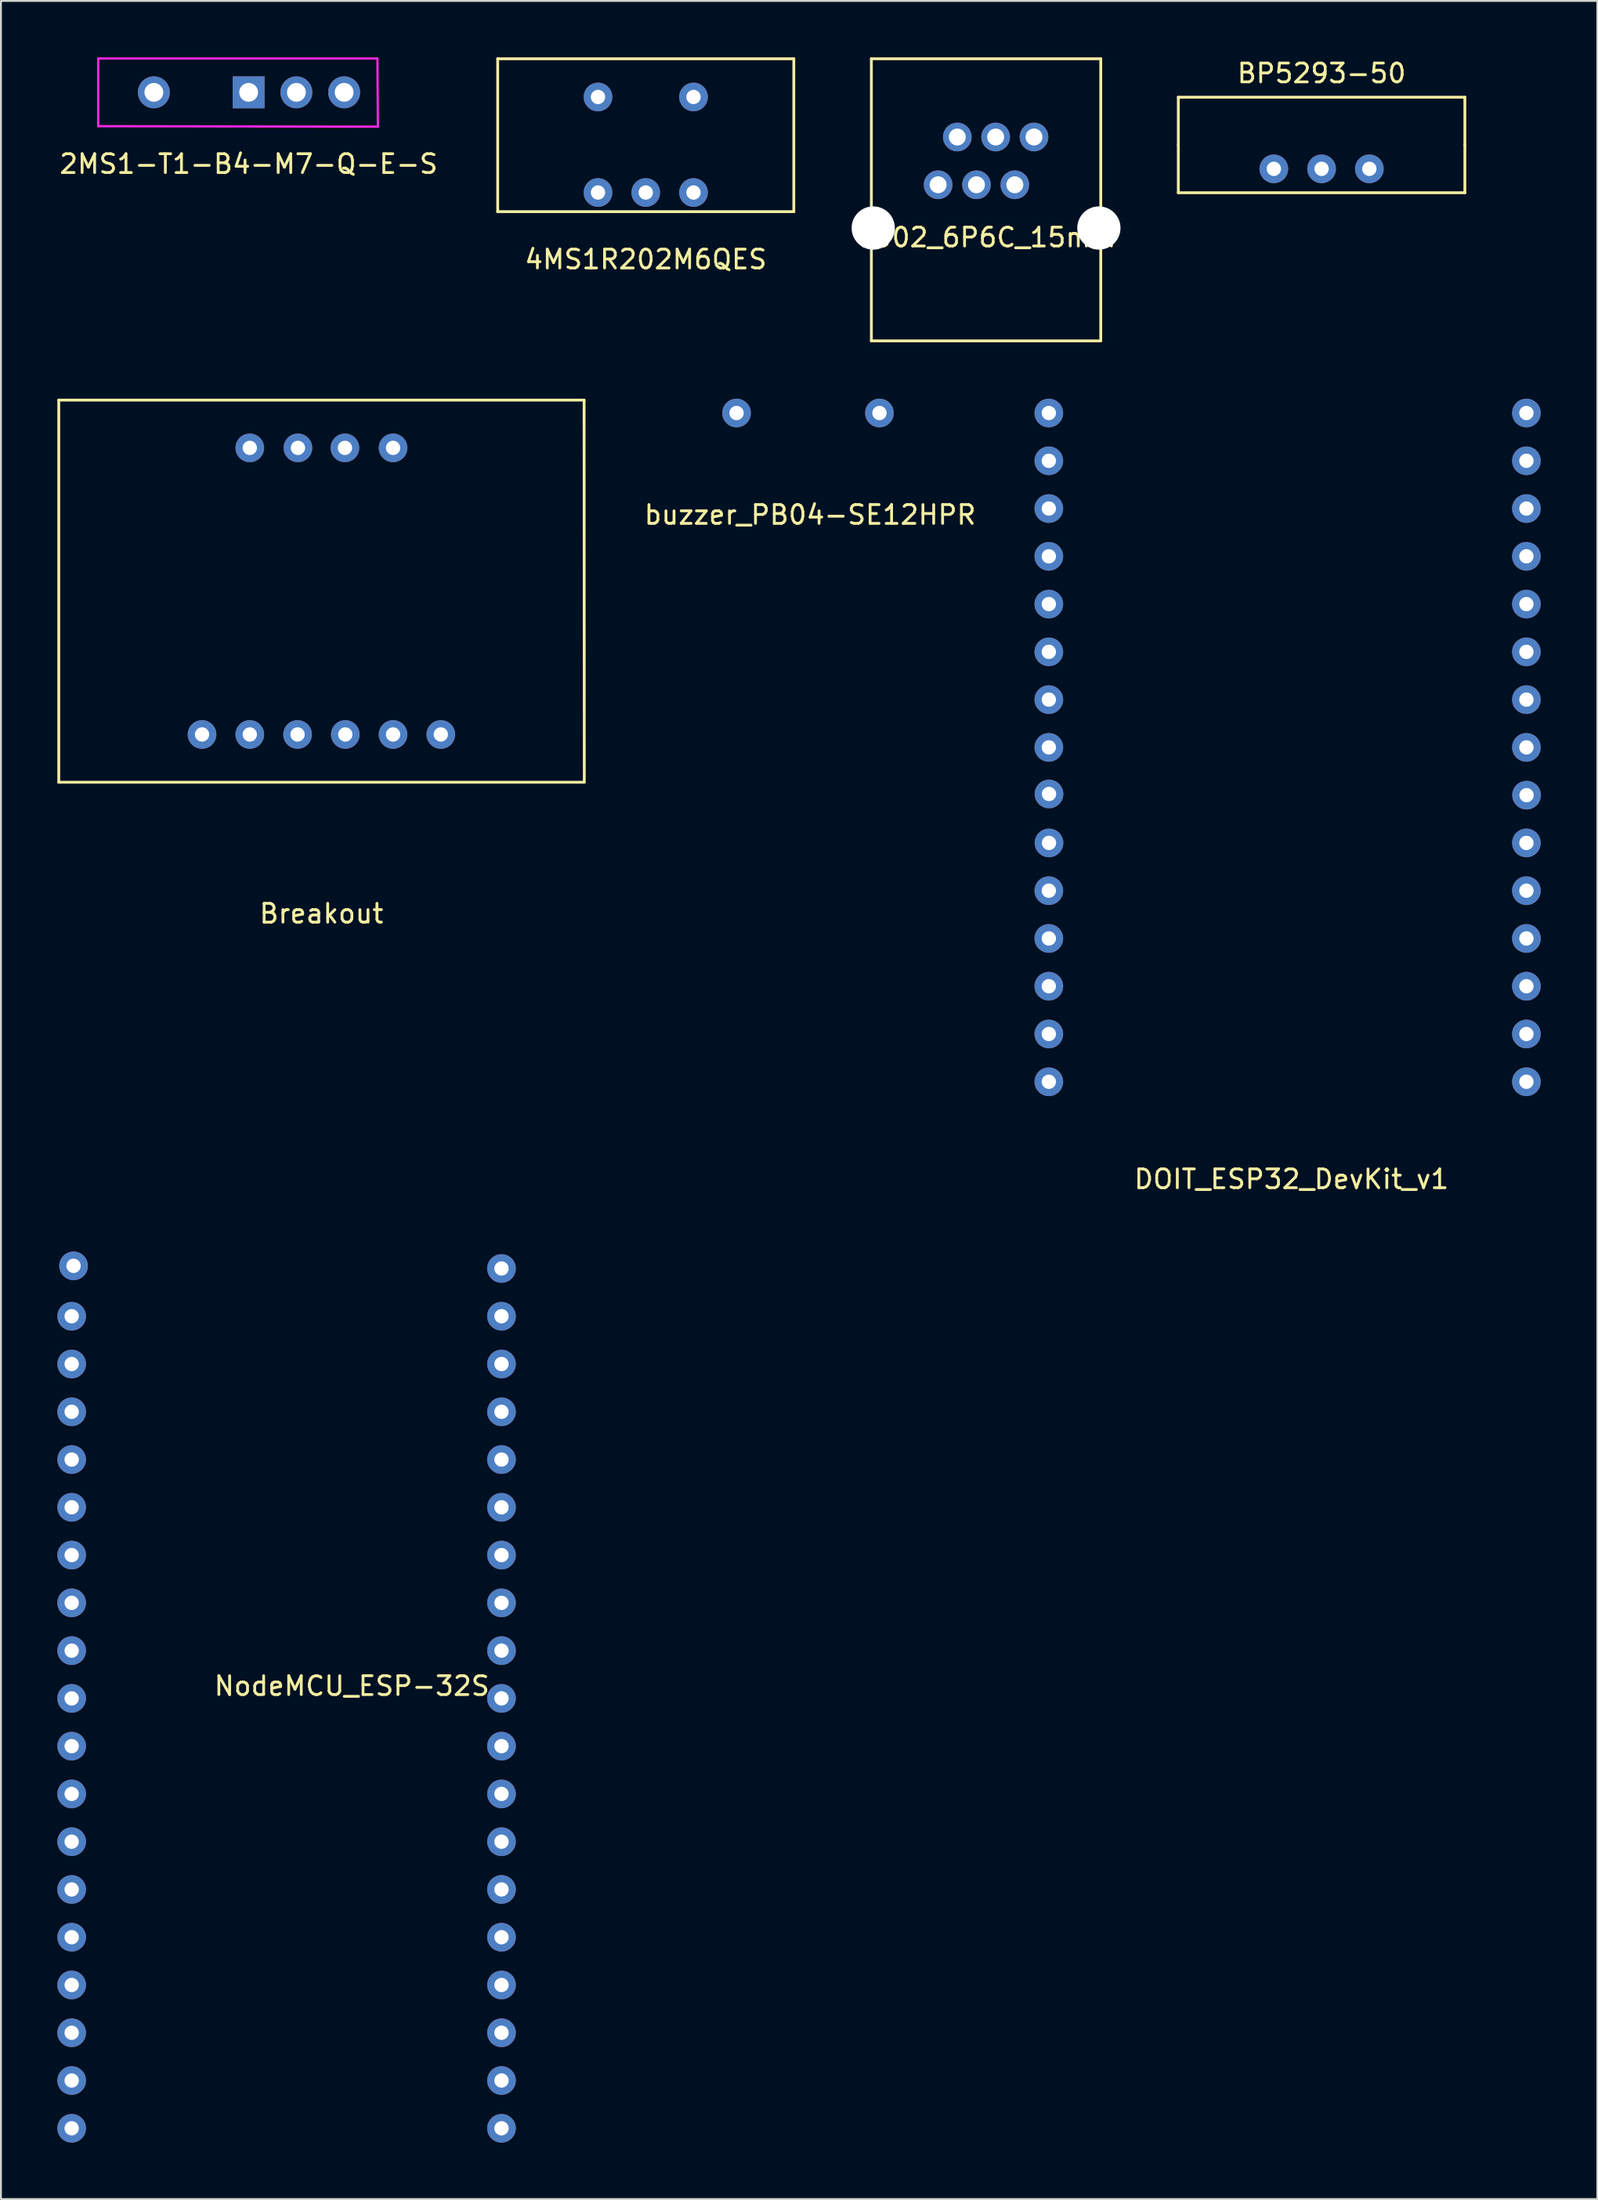
<source format=kicad_pcb>
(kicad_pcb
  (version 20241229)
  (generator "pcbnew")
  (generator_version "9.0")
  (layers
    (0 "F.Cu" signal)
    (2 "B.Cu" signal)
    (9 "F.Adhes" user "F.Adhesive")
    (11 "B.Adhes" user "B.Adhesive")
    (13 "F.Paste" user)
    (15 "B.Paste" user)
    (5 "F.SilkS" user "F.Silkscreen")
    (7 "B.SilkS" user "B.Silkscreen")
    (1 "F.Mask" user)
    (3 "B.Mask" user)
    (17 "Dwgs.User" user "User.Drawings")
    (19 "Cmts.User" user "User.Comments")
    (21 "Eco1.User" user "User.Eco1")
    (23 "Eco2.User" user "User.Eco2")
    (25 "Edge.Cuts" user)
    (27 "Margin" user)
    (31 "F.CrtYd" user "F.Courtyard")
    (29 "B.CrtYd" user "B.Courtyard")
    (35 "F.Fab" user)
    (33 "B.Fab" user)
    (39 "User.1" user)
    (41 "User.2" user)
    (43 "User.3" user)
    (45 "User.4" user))
  (footprint "BP5293-50"
    (layer "F.Cu")
    (at 67.238 5.928)
    (property "Reference" "BP5293-50" (at 0 -5.08 0) (layer "F.SilkS") (effects (font (size 1 1) (thickness 0.15))))
    (attr through_hole)
    (fp_line (start -7.62 -3.81) (end -7.62 -1.27) (stroke (width 0.15) (type solid)) (layer "F.SilkS"))
    (fp_line (start -7.62 -1.27) (end -7.62 1.27) (stroke (width 0.15) (type solid)) (layer "F.SilkS"))
    (fp_line (start -7.62 1.27) (end 7.62 1.27) (stroke (width 0.15) (type solid)) (layer "F.SilkS"))
    (fp_line (start 7.62 -3.81) (end -7.62 -3.81) (stroke (width 0.15) (type solid)) (layer "F.SilkS"))
    (fp_line (start 7.62 -3.81) (end 7.62 -1.27) (stroke (width 0.15) (type solid)) (layer "F.SilkS"))
    (fp_line (start 7.62 1.27) (end 7.62 -1.27) (stroke (width 0.15) (type solid)) (layer "F.SilkS"))
    (pad "1" thru_hole circle (at -2.54 0) (size 1.524 1.524) (drill 0.762) (layers "*.Cu" "*.Mask"))
    (pad "2" thru_hole circle (at 0 0) (size 1.524 1.524) (drill 0.762) (layers "*.Cu" "*.Mask"))
    (pad "3" thru_hole circle (at 2.54 0) (size 1.524 1.524) (drill 0.762) (layers "*.Cu" "*.Mask")))
  (footprint "Breakout"
    (layer "F.Cu")
    (at 14.045 36.005)
    (property "Reference" "Breakout" (at 0 9.525 0) (layer "F.SilkS") (effects (font (size 1 1) (thickness 0.15))))
    (attr through_hole)
    (fp_line (start -13.97 -17.78) (end 13.97 -17.78) (stroke (width 0.15) (type solid)) (layer "F.SilkS"))
    (fp_line (start -13.97 2.54) (end -13.97 -17.78) (stroke (width 0.15) (type solid)) (layer "F.SilkS"))
    (fp_line (start -13.97 2.54) (end 13.97 2.54) (stroke (width 0.15) (type solid)) (layer "F.SilkS"))
    (fp_line (start 13.97 -17.78) (end 13.98 2.54) (stroke (width 0.15) (type solid)) (layer "F.SilkS"))
    (pad "1" thru_hole circle (at -6.35 0) (size 1.524 1.524) (drill 0.762) (layers "*.Cu" "*.Mask"))
    (pad "2" thru_hole circle (at -3.81 0) (size 1.524 1.524) (drill 0.762) (layers "*.Cu" "*.Mask"))
    (pad "3" thru_hole circle (at -1.27 0) (size 1.524 1.524) (drill 0.762) (layers "*.Cu" "*.Mask"))
    (pad "4" thru_hole circle (at 1.27 0) (size 1.524 1.524) (drill 0.762) (layers "*.Cu" "*.Mask"))
    (pad "5" thru_hole circle (at 3.81 0) (size 1.524 1.524) (drill 0.762) (layers "*.Cu" "*.Mask"))
    (pad "6" thru_hole circle (at 6.35 0) (size 1.524 1.524) (drill 0.762) (layers "*.Cu" "*.Mask"))
    (pad "7" thru_hole circle (at 3.81 -15.24) (size 1.524 1.524) (drill 0.762) (layers "*.Cu" "*.Mask"))
    (pad "8" thru_hole circle (at 1.25 -15.24) (size 1.524 1.524) (drill 0.762) (layers "*.Cu" "*.Mask"))
    (pad "9" thru_hole circle (at -1.25 -15.24) (size 1.524 1.524) (drill 0.762) (layers "*.Cu" "*.Mask"))
    (pad "10" thru_hole circle (at -3.81 -15.24) (size 1.524 1.524) (drill 0.762) (layers "*.Cu" "*.Mask")))
  (footprint "DOIT_ESP32_DevKit_v1"
    (layer "F.Cu")
    (at 65.44 36.692)
    (property "Reference" "DOIT_ESP32_DevKit_v1" (at 0.196 22.959 0) (layer "F.SilkS") (effects (font (size 1 1) (thickness 0.15))))
    (attr through_hole)
    (pad "1" thru_hole circle (at 12.691 -17.78) (size 1.524 1.524) (drill 0.762) (layers "*.Cu" "*.Mask"))
    (pad "2" thru_hole circle (at 12.691 -15.24) (size 1.524 1.524) (drill 0.762) (layers "*.Cu" "*.Mask"))
    (pad "3" thru_hole circle (at 12.691 -12.7) (size 1.524 1.524) (drill 0.762) (layers "*.Cu" "*.Mask"))
    (pad "4" thru_hole circle (at 12.691 -10.16) (size 1.524 1.524) (drill 0.762) (layers "*.Cu" "*.Mask"))
    (pad "5" thru_hole circle (at 12.691 -7.62) (size 1.524 1.524) (drill 0.762) (layers "*.Cu" "*.Mask"))
    (pad "6" thru_hole circle (at 12.691 -5.08) (size 1.524 1.524) (drill 0.762) (layers "*.Cu" "*.Mask"))
    (pad "7" thru_hole circle (at 12.691 -2.54) (size 1.524 1.524) (drill 0.762) (layers "*.Cu" "*.Mask"))
    (pad "8" thru_hole circle (at 12.691 0) (size 1.524 1.524) (drill 0.762) (layers "*.Cu" "*.Mask"))
    (pad "9" thru_hole circle (at 12.7 2.54) (size 1.524 1.524) (drill 0.762) (layers "*.Cu" "*.Mask"))
    (pad "10" thru_hole circle (at 12.691 5.08) (size 1.524 1.524) (drill 0.762) (layers "*.Cu" "*.Mask"))
    (pad "11" thru_hole circle (at 12.691 7.62) (size 1.524 1.524) (drill 0.762) (layers "*.Cu" "*.Mask"))
    (pad "12" thru_hole circle (at 12.691 10.16) (size 1.524 1.524) (drill 0.762) (layers "*.Cu" "*.Mask"))
    (pad "13" thru_hole circle (at 12.691 12.7) (size 1.524 1.524) (drill 0.762) (layers "*.Cu" "*.Mask"))
    (pad "14" thru_hole circle (at 12.691 15.24) (size 1.524 1.524) (drill 0.762) (layers "*.Cu" "*.Mask"))
    (pad "15" thru_hole circle (at 12.691 17.78) (size 1.524 1.524) (drill 0.762) (layers "*.Cu" "*.Mask"))
    (pad "16" thru_hole circle (at -12.709 -17.78) (size 1.524 1.524) (drill 0.762) (layers "*.Cu" "*.Mask"))
    (pad "17" thru_hole circle (at -12.709 -15.24) (size 1.524 1.524) (drill 0.762) (layers "*.Cu" "*.Mask"))
    (pad "18" thru_hole circle (at -12.709 -12.7) (size 1.524 1.524) (drill 0.762) (layers "*.Cu" "*.Mask"))
    (pad "19" thru_hole circle (at -12.709 -10.16) (size 1.524 1.524) (drill 0.762) (layers "*.Cu" "*.Mask"))
    (pad "20" thru_hole circle (at -12.709 -7.62) (size 1.524 1.524) (drill 0.762) (layers "*.Cu" "*.Mask"))
    (pad "21" thru_hole circle (at -12.709 -5.08) (size 1.524 1.524) (drill 0.762) (layers "*.Cu" "*.Mask"))
    (pad "22" thru_hole circle (at -12.709 -2.54) (size 1.524 1.524) (drill 0.762) (layers "*.Cu" "*.Mask"))
    (pad "23" thru_hole circle (at -12.709 0) (size 1.524 1.524) (drill 0.762) (layers "*.Cu" "*.Mask"))
    (pad "24" thru_hole circle (at -12.7 2.477) (size 1.524 1.524) (drill 0.762) (layers "*.Cu" "*.Mask"))
    (pad "25" thru_hole circle (at -12.7 5.08) (size 1.524 1.524) (drill 0.762) (layers "*.Cu" "*.Mask"))
    (pad "26" thru_hole circle (at -12.709 7.62) (size 1.524 1.524) (drill 0.762) (layers "*.Cu" "*.Mask"))
    (pad "27" thru_hole circle (at -12.709 10.16) (size 1.524 1.524) (drill 0.762) (layers "*.Cu" "*.Mask"))
    (pad "28" thru_hole circle (at -12.709 12.7) (size 1.524 1.524) (drill 0.762) (layers "*.Cu" "*.Mask"))
    (pad "29" thru_hole circle (at -12.709 15.24) (size 1.524 1.524) (drill 0.762) (layers "*.Cu" "*.Mask"))
    (pad "30" thru_hole circle (at -12.709 17.78) (size 1.524 1.524) (drill 0.762) (layers "*.Cu" "*.Mask")))
  (footprint "buzzer_PB04-SE12HPR"
    (layer "F.Cu")
    (at 39.923 18.912)
    (property "Reference" "buzzer_PB04-SE12HPR" (at 0.112 5.413 0) (layer "F.SilkS") (effects (font (size 1 1) (thickness 0.15))))
    (attr through_hole)
    (pad "1" thru_hole circle (at -3.8 0) (size 1.524 1.524) (drill 0.762) (layers "*.Cu" "*.Mask"))
    (pad "2" thru_hole circle (at 3.8 0) (size 1.524 1.524) (drill 0.762) (layers "*.Cu" "*.Mask")))
  (footprint "7002_6P6C_15mm"
    (layer "F.Cu")
    (at 49.393 9.075)
    (property "Reference" "7002_6P6C_15mm" (at 0 0.5 0) (layer "F.SilkS") (effects (font (size 1 1) (thickness 0.15))))
    (attr through_hole)
    (fp_line (start -6.1 -9) (end 6.1 -9) (stroke (width 0.15) (type solid)) (layer "F.SilkS"))
    (fp_line (start -6.1 6) (end -6.1 -9) (stroke (width 0.15) (type solid)) (layer "F.SilkS"))
    (fp_line (start -6.1 6) (end 6.1 6) (stroke (width 0.15) (type solid)) (layer "F.SilkS"))
    (fp_line (start 6.1 6) (end 6.1 -9) (stroke (width 0.15) (type solid)) (layer "F.SilkS"))
    (pad "" np_thru_hole circle (at -6 0) (size 2.3 2.3) (drill 2.3) (layers "*.Cu" "*.Mask"))
    (pad "" np_thru_hole circle (at 6 0) (size 2.3 2.3) (drill 2.3) (layers "*.Cu" "*.Mask"))
    (pad "1" thru_hole circle (at -2.55 -2.3) (size 1.524 1.524) (drill 0.9) (layers "*.Cu" "*.Mask"))
    (pad "2" thru_hole circle (at -1.53 -4.84) (size 1.524 1.524) (drill 0.9) (layers "*.Cu" "*.Mask"))
    (pad "3" thru_hole circle (at -0.51 -2.3) (size 1.524 1.524) (drill 0.9) (layers "*.Cu" "*.Mask"))
    (pad "4" thru_hole circle (at 0.51 -4.84) (size 1.524 1.524) (drill 0.9) (layers "*.Cu" "*.Mask"))
    (pad "5" thru_hole circle (at 1.53 -2.3) (size 1.524 1.524) (drill 0.9) (layers "*.Cu" "*.Mask"))
    (pad "6" thru_hole circle (at 2.55 -4.84) (size 1.524 1.524) (drill 0.9) (layers "*.Cu" "*.Mask")))
  (footprint "NodeMCU_ESP-32S"
    (layer "F.Cu")
    (at 13.462 87.261)
    (property "Reference" "NodeMCU_ESP-32S" (at 2.2 -0.66 0) (layer "F.SilkS") (effects (font (size 1 1) (thickness 0.15))))
    (attr through_hole)
    (pad "1" thru_hole circle (at -12.6 -23) (size 1.524 1.524) (drill 0.762) (layers "*.Cu" "*.Mask"))
    (pad "2" thru_hole circle (at -12.7 -20.32) (size 1.524 1.524) (drill 0.762) (layers "*.Cu" "*.Mask"))
    (pad "3" thru_hole circle (at -12.7 -17.78) (size 1.524 1.524) (drill 0.762) (layers "*.Cu" "*.Mask"))
    (pad "4" thru_hole circle (at -12.7 -15.24) (size 1.524 1.524) (drill 0.762) (layers "*.Cu" "*.Mask"))
    (pad "5" thru_hole circle (at -12.7 -12.7) (size 1.524 1.524) (drill 0.762) (layers "*.Cu" "*.Mask"))
    (pad "6" thru_hole circle (at -12.7 -10.16) (size 1.524 1.524) (drill 0.762) (layers "*.Cu" "*.Mask"))
    (pad "7" thru_hole circle (at -12.7 -7.62) (size 1.524 1.524) (drill 0.762) (layers "*.Cu" "*.Mask"))
    (pad "8" thru_hole circle (at -12.7 -5.08) (size 1.524 1.524) (drill 0.762) (layers "*.Cu" "*.Mask"))
    (pad "9" thru_hole circle (at -12.7 -2.54) (size 1.524 1.524) (drill 0.762) (layers "*.Cu" "*.Mask"))
    (pad "10" thru_hole circle (at -12.7 0) (size 1.524 1.524) (drill 0.762) (layers "*.Cu" "*.Mask"))
    (pad "11" thru_hole circle (at -12.7 2.54) (size 1.524 1.524) (drill 0.762) (layers "*.Cu" "*.Mask"))
    (pad "12" thru_hole circle (at -12.7 5.08) (size 1.524 1.524) (drill 0.762) (layers "*.Cu" "*.Mask"))
    (pad "13" thru_hole circle (at -12.7 7.62) (size 1.524 1.524) (drill 0.762) (layers "*.Cu" "*.Mask"))
    (pad "14" thru_hole circle (at -12.7 10.16) (size 1.524 1.524) (drill 0.762) (layers "*.Cu" "*.Mask"))
    (pad "15" thru_hole circle (at -12.7 12.7) (size 1.524 1.524) (drill 0.762) (layers "*.Cu" "*.Mask"))
    (pad "16" thru_hole circle (at -12.7 15.24) (size 1.524 1.524) (drill 0.762) (layers "*.Cu" "*.Mask"))
    (pad "17" thru_hole circle (at -12.7 17.78) (size 1.524 1.524) (drill 0.762) (layers "*.Cu" "*.Mask"))
    (pad "18" thru_hole circle (at -12.7 20.32) (size 1.524 1.524) (drill 0.762) (layers "*.Cu" "*.Mask"))
    (pad "19" thru_hole circle (at -12.7 22.86) (size 1.524 1.524) (drill 0.762) (layers "*.Cu" "*.Mask"))
    (pad "20" thru_hole circle (at 10.16 -22.86) (size 1.524 1.524) (drill 0.762) (layers "*.Cu" "*.Mask"))
    (pad "21" thru_hole circle (at 10.16 -20.32) (size 1.524 1.524) (drill 0.762) (layers "*.Cu" "*.Mask"))
    (pad "22" thru_hole circle (at 10.16 -17.78) (size 1.524 1.524) (drill 0.762) (layers "*.Cu" "*.Mask"))
    (pad "23" thru_hole circle (at 10.16 -15.24) (size 1.524 1.524) (drill 0.762) (layers "*.Cu" "*.Mask"))
    (pad "24" thru_hole circle (at 10.16 -12.7) (size 1.524 1.524) (drill 0.762) (layers "*.Cu" "*.Mask"))
    (pad "25" thru_hole circle (at 10.16 -10.16) (size 1.524 1.524) (drill 0.762) (layers "*.Cu" "*.Mask"))
    (pad "26" thru_hole circle (at 10.16 -7.62) (size 1.524 1.524) (drill 0.762) (layers "*.Cu" "*.Mask"))
    (pad "27" thru_hole circle (at 10.16 -5.08) (size 1.524 1.524) (drill 0.762) (layers "*.Cu" "*.Mask"))
    (pad "28" thru_hole circle (at 10.16 -2.54) (size 1.524 1.524) (drill 0.762) (layers "*.Cu" "*.Mask"))
    (pad "29" thru_hole circle (at 10.16 0) (size 1.524 1.524) (drill 0.762) (layers "*.Cu" "*.Mask"))
    (pad "30" thru_hole circle (at 10.16 2.54) (size 1.524 1.524) (drill 0.762) (layers "*.Cu" "*.Mask"))
    (pad "31" thru_hole circle (at 10.16 5.08) (size 1.524 1.524) (drill 0.762) (layers "*.Cu" "*.Mask"))
    (pad "32" thru_hole circle (at 10.16 7.62) (size 1.524 1.524) (drill 0.762) (layers "*.Cu" "*.Mask"))
    (pad "33" thru_hole circle (at 10.16 10.16) (size 1.524 1.524) (drill 0.762) (layers "*.Cu" "*.Mask"))
    (pad "34" thru_hole circle (at 10.16 12.7) (size 1.524 1.524) (drill 0.762) (layers "*.Cu" "*.Mask"))
    (pad "35" thru_hole circle (at 10.16 15.24) (size 1.524 1.524) (drill 0.762) (layers "*.Cu" "*.Mask"))
    (pad "36" thru_hole circle (at 10.16 17.78) (size 1.524 1.524) (drill 0.762) (layers "*.Cu" "*.Mask"))
    (pad "37" thru_hole circle (at 10.16 20.32) (size 1.524 1.524) (drill 0.762) (layers "*.Cu" "*.Mask"))
    (pad "38" thru_hole circle (at 10.16 22.86) (size 1.524 1.524) (drill 0.762) (layers "*.Cu" "*.Mask")))
  (footprint "4MS1R202M6QES"
    (layer "F.Cu")
    (at 31.294 7.187)
    (property "Reference" "4MS1R202M6QES" (at 0 3.556 0) (layer "F.SilkS") (effects (font (size 1 1) (thickness 0.15))))
    (attr through_hole)
    (fp_line (start -7.874 -7.112) (end 7.874 -7.112) (stroke (width 0.15) (type solid)) (layer "F.SilkS"))
    (fp_line (start -7.874 1.016) (end -7.874 -7.112) (stroke (width 0.15) (type solid)) (layer "F.SilkS"))
    (fp_line (start 7.874 -7.112) (end 7.874 1.016) (stroke (width 0.15) (type solid)) (layer "F.SilkS"))
    (fp_line (start 7.874 1.016) (end -7.874 1.016) (stroke (width 0.15) (type solid)) (layer "F.SilkS"))
    (pad "" thru_hole circle (at -2.54 -5.08) (size 1.524 1.524) (drill 0.762) (layers "*.Cu" "*.Mask"))
    (pad "" thru_hole circle (at 2.54 -5.08) (size 1.524 1.524) (drill 0.762) (layers "*.Cu" "*.Mask"))
    (pad "1" thru_hole circle (at -2.54 0) (size 1.524 1.524) (drill 0.762) (layers "*.Cu" "*.Mask"))
    (pad "2" thru_hole circle (at 0 0) (size 1.524 1.524) (drill 0.762) (layers "*.Cu" "*.Mask"))
    (pad "3" thru_hole circle (at 2.54 0) (size 1.524 1.524) (drill 0.762) (layers "*.Cu" "*.Mask")))
  (footprint "2MS1-T1-B4-M7-Q-E-S"
    (layer "F.Cu")
    (at 10.173 1.86)
    (property "Reference" "2MS1-T1-B4-M7-Q-E-S" (at 0 3.81 0) (layer "F.SilkS") (effects (font (size 1 1) (thickness 0.15))))
    (attr through_hole)
    (fp_line (start -8 -1.8) (end 6.85 -1.8) (stroke (width 0.12) (type solid)) (layer "F.CrtYd"))
    (fp_line (start -8 1.8) (end -8 -1.8) (stroke (width 0.12) (type solid)) (layer "F.CrtYd"))
    (fp_line (start 6.85 -1.8) (end 6.875 1.825) (stroke (width 0.12) (type solid)) (layer "F.CrtYd"))
    (fp_line (start 6.875 1.825) (end -8 1.8) (stroke (width 0.12) (type solid)) (layer "F.CrtYd"))
    (pad "" thru_hole oval (at -5.04 0 90) (size 1.7 1.7) (drill 1) (layers "*.Cu" "*.Mask"))
    (pad "1" thru_hole rect (at 0 0 90) (size 1.7 1.7) (drill 1) (layers "*.Cu" "*.Mask"))
    (pad "2" thru_hole oval (at 2.54 0 90) (size 1.7 1.7) (drill 1) (layers "*.Cu" "*.Mask"))
    (pad "3" thru_hole oval (at 5.08 0 90) (size 1.7 1.7) (drill 1) (layers "*.Cu" "*.Mask")))
  (gr_rect
    (start -3 -3)
    (end 81.902 113.883)
    (stroke (width 0.1) (type default))
    (fill no)
    (layer "Edge.Cuts")))
</source>
